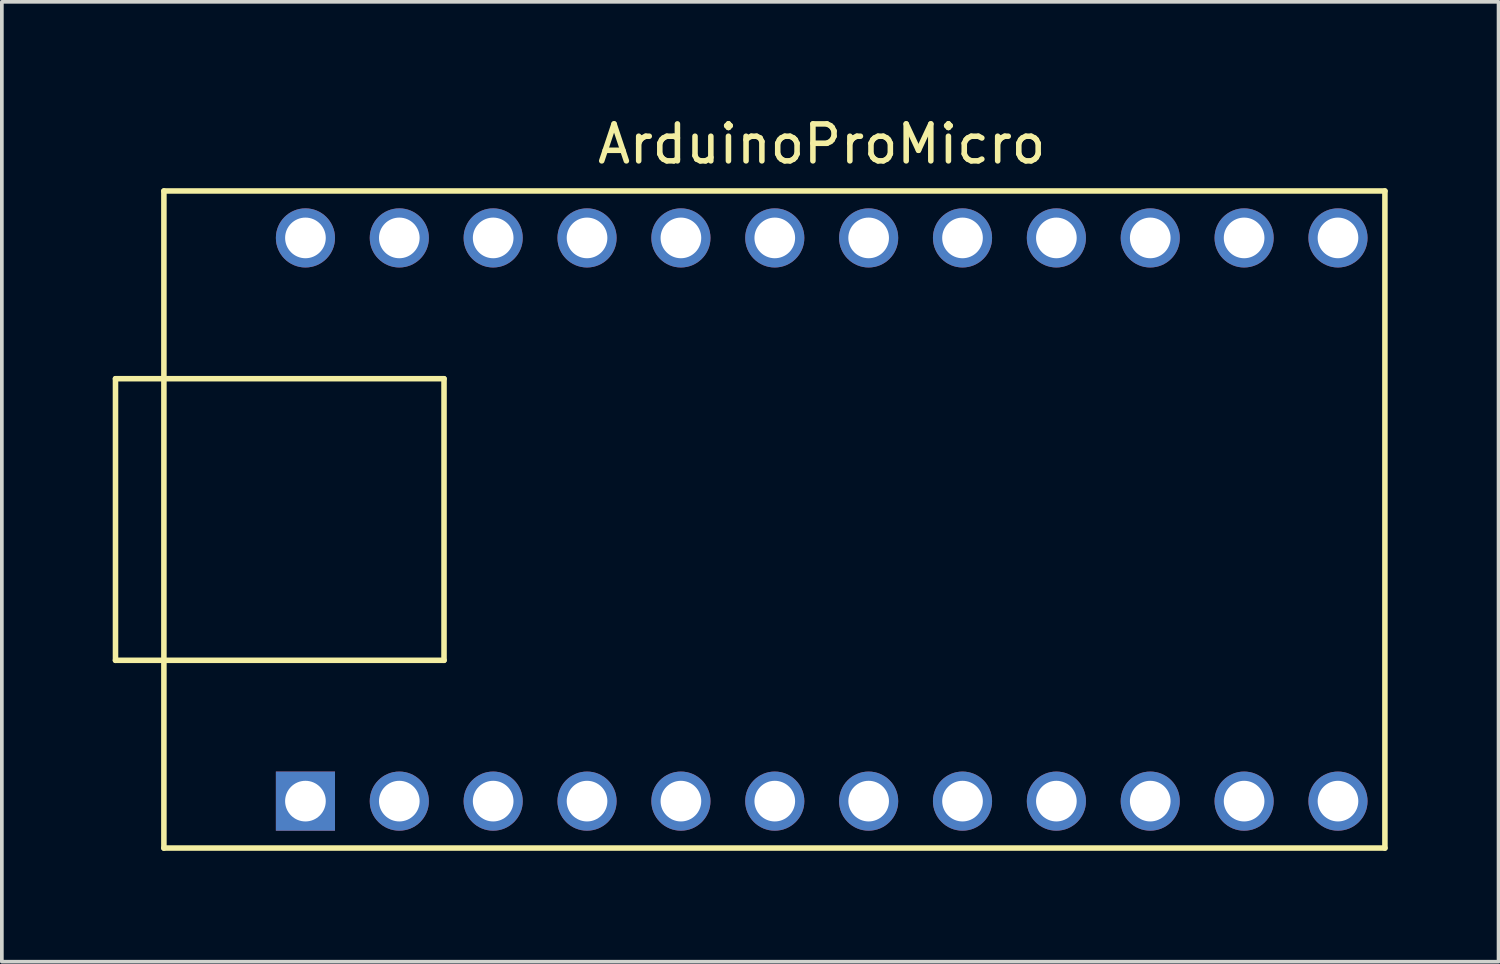
<source format=kicad_pcb>
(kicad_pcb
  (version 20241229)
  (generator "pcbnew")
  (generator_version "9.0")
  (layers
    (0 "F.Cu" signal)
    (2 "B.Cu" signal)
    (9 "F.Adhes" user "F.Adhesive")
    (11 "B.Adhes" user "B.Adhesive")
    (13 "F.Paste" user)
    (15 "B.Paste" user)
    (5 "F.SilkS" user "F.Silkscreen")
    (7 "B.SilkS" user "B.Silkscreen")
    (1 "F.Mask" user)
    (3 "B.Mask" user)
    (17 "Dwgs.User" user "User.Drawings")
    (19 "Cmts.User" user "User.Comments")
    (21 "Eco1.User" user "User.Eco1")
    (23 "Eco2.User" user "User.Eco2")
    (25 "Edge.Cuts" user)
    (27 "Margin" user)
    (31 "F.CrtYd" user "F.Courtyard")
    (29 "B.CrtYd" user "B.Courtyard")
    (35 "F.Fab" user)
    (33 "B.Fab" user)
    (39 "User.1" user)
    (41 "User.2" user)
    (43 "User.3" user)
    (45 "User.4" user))
  (footprint "ArduinoProMicro"
    (layer "F.Cu")
    (at 19.185 11.008)
    (property "Reference" "ArduinoProMicro" (at 0 -10.16 0) (layer "F.SilkS") (effects (font (size 1 1) (thickness 0.15))))
    (attr through_hole)
    (fp_line (start -19.11 -3.81) (end -10.22 -3.81) (stroke (width 0.15) (type solid)) (layer "F.SilkS"))
    (fp_line (start -19.11 3.81) (end -19.11 -3.81) (stroke (width 0.15) (type solid)) (layer "F.SilkS"))
    (fp_line (start -17.8 -8.89) (end 15.24 -8.89) (stroke (width 0.15) (type solid)) (layer "F.SilkS"))
    (fp_line (start -17.8 8.89) (end -17.8 -8.89) (stroke (width 0.15) (type solid)) (layer "F.SilkS"))
    (fp_line (start -10.22 -3.81) (end -10.22 3.81) (stroke (width 0.15) (type solid)) (layer "F.SilkS"))
    (fp_line (start -10.22 3.81) (end -19.11 3.81) (stroke (width 0.15) (type solid)) (layer "F.SilkS"))
    (fp_line (start 15.24 -8.89) (end 15.24 8.89) (stroke (width 0.15) (type solid)) (layer "F.SilkS"))
    (fp_line (start 15.24 8.89) (end -17.8 8.89) (stroke (width 0.15) (type solid)) (layer "F.SilkS"))
    (pad "1" thru_hole rect (at -13.97 7.62) (size 1.6 1.6) (drill 1.1) (layers "*.Cu" "*.Mask"))
    (pad "2" thru_hole circle (at -11.43 7.62) (size 1.6 1.6) (drill 1.1) (layers "*.Cu" "*.Mask"))
    (pad "3" thru_hole circle (at -8.89 7.62) (size 1.6 1.6) (drill 1.1) (layers "*.Cu" "*.Mask"))
    (pad "4" thru_hole circle (at -6.35 7.62) (size 1.6 1.6) (drill 1.1) (layers "*.Cu" "*.Mask"))
    (pad "5" thru_hole circle (at -3.81 7.62) (size 1.6 1.6) (drill 1.1) (layers "*.Cu" "*.Mask"))
    (pad "6" thru_hole circle (at -1.27 7.62) (size 1.6 1.6) (drill 1.1) (layers "*.Cu" "*.Mask"))
    (pad "7" thru_hole circle (at 1.27 7.62) (size 1.6 1.6) (drill 1.1) (layers "*.Cu" "*.Mask"))
    (pad "8" thru_hole circle (at 3.81 7.62) (size 1.6 1.6) (drill 1.1) (layers "*.Cu" "*.Mask"))
    (pad "9" thru_hole circle (at 6.35 7.62) (size 1.6 1.6) (drill 1.1) (layers "*.Cu" "*.Mask"))
    (pad "10" thru_hole circle (at 8.89 7.62) (size 1.6 1.6) (drill 1.1) (layers "*.Cu" "*.Mask"))
    (pad "11" thru_hole circle (at 11.43 7.62) (size 1.6 1.6) (drill 1.1) (layers "*.Cu" "*.Mask"))
    (pad "12" thru_hole circle (at 13.97 7.62) (size 1.6 1.6) (drill 1.1) (layers "*.Cu" "*.Mask"))
    (pad "13" thru_hole circle (at 13.97 -7.62) (size 1.6 1.6) (drill 1.1) (layers "*.Cu" "*.Mask"))
    (pad "14" thru_hole circle (at 11.43 -7.62) (size 1.6 1.6) (drill 1.1) (layers "*.Cu" "*.Mask"))
    (pad "15" thru_hole circle (at 8.89 -7.62) (size 1.6 1.6) (drill 1.1) (layers "*.Cu" "*.Mask"))
    (pad "16" thru_hole circle (at 6.35 -7.62) (size 1.6 1.6) (drill 1.1) (layers "*.Cu" "*.Mask"))
    (pad "17" thru_hole circle (at 3.81 -7.62) (size 1.6 1.6) (drill 1.1) (layers "*.Cu" "*.Mask"))
    (pad "18" thru_hole circle (at 1.27 -7.62) (size 1.6 1.6) (drill 1.1) (layers "*.Cu" "*.Mask"))
    (pad "19" thru_hole circle (at -1.27 -7.62) (size 1.6 1.6) (drill 1.1) (layers "*.Cu" "*.Mask"))
    (pad "20" thru_hole circle (at -3.81 -7.62) (size 1.6 1.6) (drill 1.1) (layers "*.Cu" "*.Mask"))
    (pad "21" thru_hole circle (at -6.35 -7.62) (size 1.6 1.6) (drill 1.1) (layers "*.Cu" "*.Mask"))
    (pad "22" thru_hole circle (at -8.89 -7.62) (size 1.6 1.6) (drill 1.1) (layers "*.Cu" "*.Mask"))
    (pad "23" thru_hole circle (at -11.43 -7.62) (size 1.6 1.6) (drill 1.1) (layers "*.Cu" "*.Mask"))
    (pad "24" thru_hole circle (at -13.97 -7.62) (size 1.6 1.6) (drill 1.1) (layers "*.Cu" "*.Mask")))
  (gr_rect
    (start -3 -3)
    (end 37.5 22.973)
    (stroke (width 0.1) (type default))
    (fill no)
    (layer "Edge.Cuts")))
</source>
